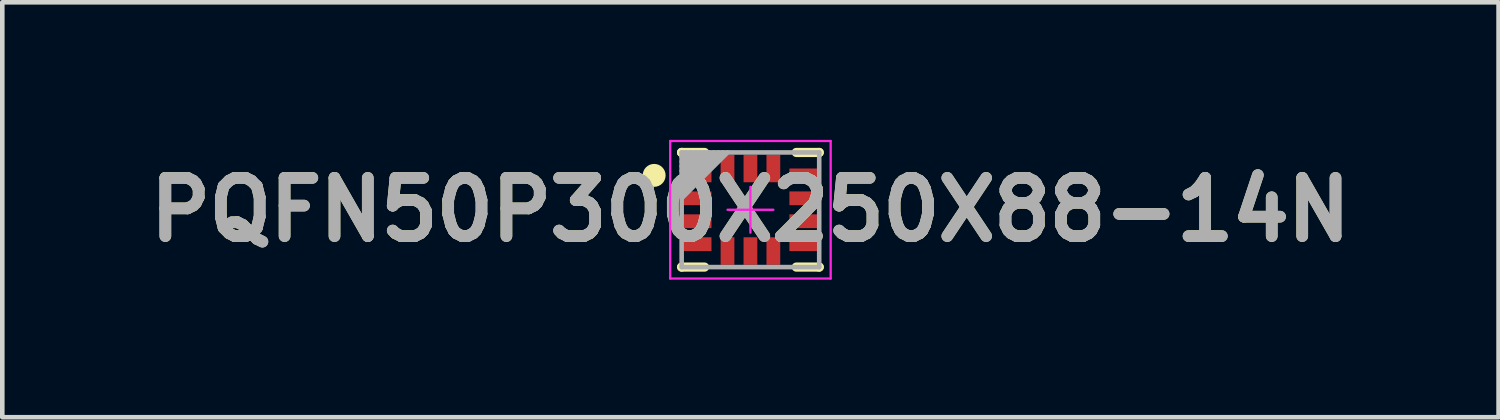
<source format=kicad_pcb>
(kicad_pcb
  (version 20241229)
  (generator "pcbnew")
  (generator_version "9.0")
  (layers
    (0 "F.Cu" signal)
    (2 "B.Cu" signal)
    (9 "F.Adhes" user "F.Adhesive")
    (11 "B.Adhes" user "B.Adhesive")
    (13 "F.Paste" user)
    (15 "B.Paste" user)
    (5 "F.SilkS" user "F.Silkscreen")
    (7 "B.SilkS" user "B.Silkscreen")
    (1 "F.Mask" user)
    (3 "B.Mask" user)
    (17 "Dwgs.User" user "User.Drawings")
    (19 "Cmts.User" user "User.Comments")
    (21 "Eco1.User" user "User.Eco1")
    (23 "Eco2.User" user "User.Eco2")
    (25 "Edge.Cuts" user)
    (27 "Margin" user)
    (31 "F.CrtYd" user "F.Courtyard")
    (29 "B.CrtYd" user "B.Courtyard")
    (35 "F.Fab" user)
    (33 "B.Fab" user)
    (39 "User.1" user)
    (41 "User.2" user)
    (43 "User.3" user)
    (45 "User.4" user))
  (footprint "PQFN50P300X250X88-14N"
    (layer "F.Cu")
    (at 13.317 1.525)
    (property "Reference" "PQFN50P300X250X88-14N" (at 0 0 0) (layer "F.SilkS") (effects (font (size 1.27 1.27) (thickness 0.254))))
    (attr smd)
    (fp_line (start -1.5 -1.25) (end -1.5 -1.25) (stroke (width 0.2) (type solid)) (layer "F.SilkS"))
    (fp_line (start -1.5 -1.25) (end -1.5 -1.25) (stroke (width 0.2) (type solid)) (layer "F.SilkS"))
    (fp_line (start -1.5 -1.25) (end -1 -1.25) (stroke (width 0.2) (type solid)) (layer "F.SilkS"))
    (fp_line (start -1.5 1.25) (end -1.5 1.25) (stroke (width 0.2) (type solid)) (layer "F.SilkS"))
    (fp_line (start -1.5 1.25) (end -1 1.25) (stroke (width 0.2) (type solid)) (layer "F.SilkS"))
    (fp_line (start 1.5 -1.25) (end 1 -1.25) (stroke (width 0.2) (type solid)) (layer "F.SilkS"))
    (fp_line (start 1.5 -1.25) (end 1.5 -1.25) (stroke (width 0.2) (type solid)) (layer "F.SilkS"))
    (fp_line (start 1.5 1.25) (end 1 1.25) (stroke (width 0.2) (type solid)) (layer "F.SilkS"))
    (fp_line (start 1.5 1.25) (end 1.5 1.25) (stroke (width 0.2) (type solid)) (layer "F.SilkS"))
    (fp_circle (center -2.1 -0.75) (end -2.1 -0.625) (stroke (width 0.25) (type solid)) (fill no) (layer "F.SilkS"))
    (fp_line (start -1.75 -1.5) (end -1.75 1.5) (stroke (width 0.05) (type solid)) (layer "F.CrtYd"))
    (fp_line (start -1.75 1.5) (end 1.75 1.5) (stroke (width 0.05) (type solid)) (layer "F.CrtYd"))
    (fp_line (start -1.5 -1.25) (end -1.5 1.25) (stroke (width 0.001) (type solid)) (layer "F.CrtYd"))
    (fp_line (start -1.5 1.25) (end 1.5 1.25) (stroke (width 0.001) (type solid)) (layer "F.CrtYd"))
    (fp_line (start -0.5 0) (end 0.5 0) (stroke (width 0.05) (type solid)) (layer "F.CrtYd"))
    (fp_line (start 0 0.5) (end 0 -0.5) (stroke (width 0.05) (type solid)) (layer "F.CrtYd"))
    (fp_line (start 1.5 -1.25) (end -1.5 -1.25) (stroke (width 0.001) (type solid)) (layer "F.CrtYd"))
    (fp_line (start 1.5 1.25) (end 1.5 -1.25) (stroke (width 0.001) (type solid)) (layer "F.CrtYd"))
    (fp_line (start 1.75 -1.5) (end -1.75 -1.5) (stroke (width 0.05) (type solid)) (layer "F.CrtYd"))
    (fp_line (start 1.75 1.5) (end 1.75 -1.5) (stroke (width 0.05) (type solid)) (layer "F.CrtYd"))
    (fp_line (start -1.5 -1.25) (end -1.5 1.25) (stroke (width 0.1) (type solid)) (layer "F.Fab"))
    (fp_line (start -1.5 1.25) (end 1.5 1.25) (stroke (width 0.1) (type solid)) (layer "F.Fab"))
    (fp_line (start -1.4 -1.25) (end -1.5 -1.15) (stroke (width 0.1) (type solid)) (layer "F.Fab"))
    (fp_line (start -1.3 -1.25) (end -1.5 -1.05) (stroke (width 0.1) (type solid)) (layer "F.Fab"))
    (fp_line (start -1.2 -1.25) (end -1.5 -0.95) (stroke (width 0.1) (type solid)) (layer "F.Fab"))
    (fp_line (start -1.1 -1.25) (end -1.5 -0.85) (stroke (width 0.1) (type solid)) (layer "F.Fab"))
    (fp_line (start -1 -1.25) (end -1.5 -0.75) (stroke (width 0.1) (type solid)) (layer "F.Fab"))
    (fp_line (start -0.9 -1.25) (end -1.5 -0.65) (stroke (width 0.1) (type solid)) (layer "F.Fab"))
    (fp_line (start -0.8 -1.25) (end -1.5 -0.55) (stroke (width 0.1) (type solid)) (layer "F.Fab"))
    (fp_line (start -0.7 -1.25) (end -1.5 -0.45) (stroke (width 0.1) (type solid)) (layer "F.Fab"))
    (fp_line (start -0.6 -1.25) (end -1.5 -0.35) (stroke (width 0.1) (type solid)) (layer "F.Fab"))
    (fp_line (start -0.5 -1.25) (end -1.5 -0.25) (stroke (width 0.1) (type solid)) (layer "F.Fab"))
    (fp_line (start 1.5 -1.25) (end -1.5 -1.25) (stroke (width 0.1) (type solid)) (layer "F.Fab"))
    (fp_line (start 1.5 1.25) (end 1.5 -1.25) (stroke (width 0.1) (type solid)) (layer "F.Fab"))
    (fp_text user "${REFERENCE}" (at 0 0 0) (layer "F.Fab") (effects (font (size 1.27 1.27) (thickness 0.254))))
    (pad "1" smd rect (at -1.15 -0.75 90) (size 0.3 0.6) (layers "F.Cu" "F.Mask" "F.Paste"))
    (pad "2" smd rect (at -1.15 -0.25 90) (size 0.3 0.6) (layers "F.Cu" "F.Mask" "F.Paste"))
    (pad "3" smd rect (at -1.15 0.25 90) (size 0.3 0.6) (layers "F.Cu" "F.Mask" "F.Paste"))
    (pad "4" smd rect (at -1.15 0.75 90) (size 0.3 0.6) (layers "F.Cu" "F.Mask" "F.Paste"))
    (pad "5" smd rect (at -0.5 0.9) (size 0.3 0.6) (layers "F.Cu" "F.Mask" "F.Paste"))
    (pad "6" smd rect (at 0 0.9) (size 0.3 0.6) (layers "F.Cu" "F.Mask" "F.Paste"))
    (pad "7" smd rect (at 0.5 0.9) (size 0.3 0.6) (layers "F.Cu" "F.Mask" "F.Paste"))
    (pad "8" smd rect (at 1.15 0.75 90) (size 0.3 0.6) (layers "F.Cu" "F.Mask" "F.Paste"))
    (pad "9" smd rect (at 1.15 0.25 90) (size 0.3 0.6) (layers "F.Cu" "F.Mask" "F.Paste"))
    (pad "10" smd rect (at 1.15 -0.25 90) (size 0.3 0.6) (layers "F.Cu" "F.Mask" "F.Paste"))
    (pad "11" smd rect (at 1.15 -0.75 90) (size 0.3 0.6) (layers "F.Cu" "F.Mask" "F.Paste"))
    (pad "12" smd rect (at 0.5 -0.9) (size 0.3 0.6) (layers "F.Cu" "F.Mask" "F.Paste"))
    (pad "13" smd rect (at 0 -0.9) (size 0.3 0.6) (layers "F.Cu" "F.Mask" "F.Paste"))
    (pad "14" smd rect (at -0.5 -0.9) (size 0.3 0.6) (layers "F.Cu" "F.Mask" "F.Paste")))
  (gr_rect
    (start -3 -3)
    (end 29.634 6.05)
    (stroke (width 0.1) (type default))
    (fill no)
    (layer "Edge.Cuts")))
</source>
